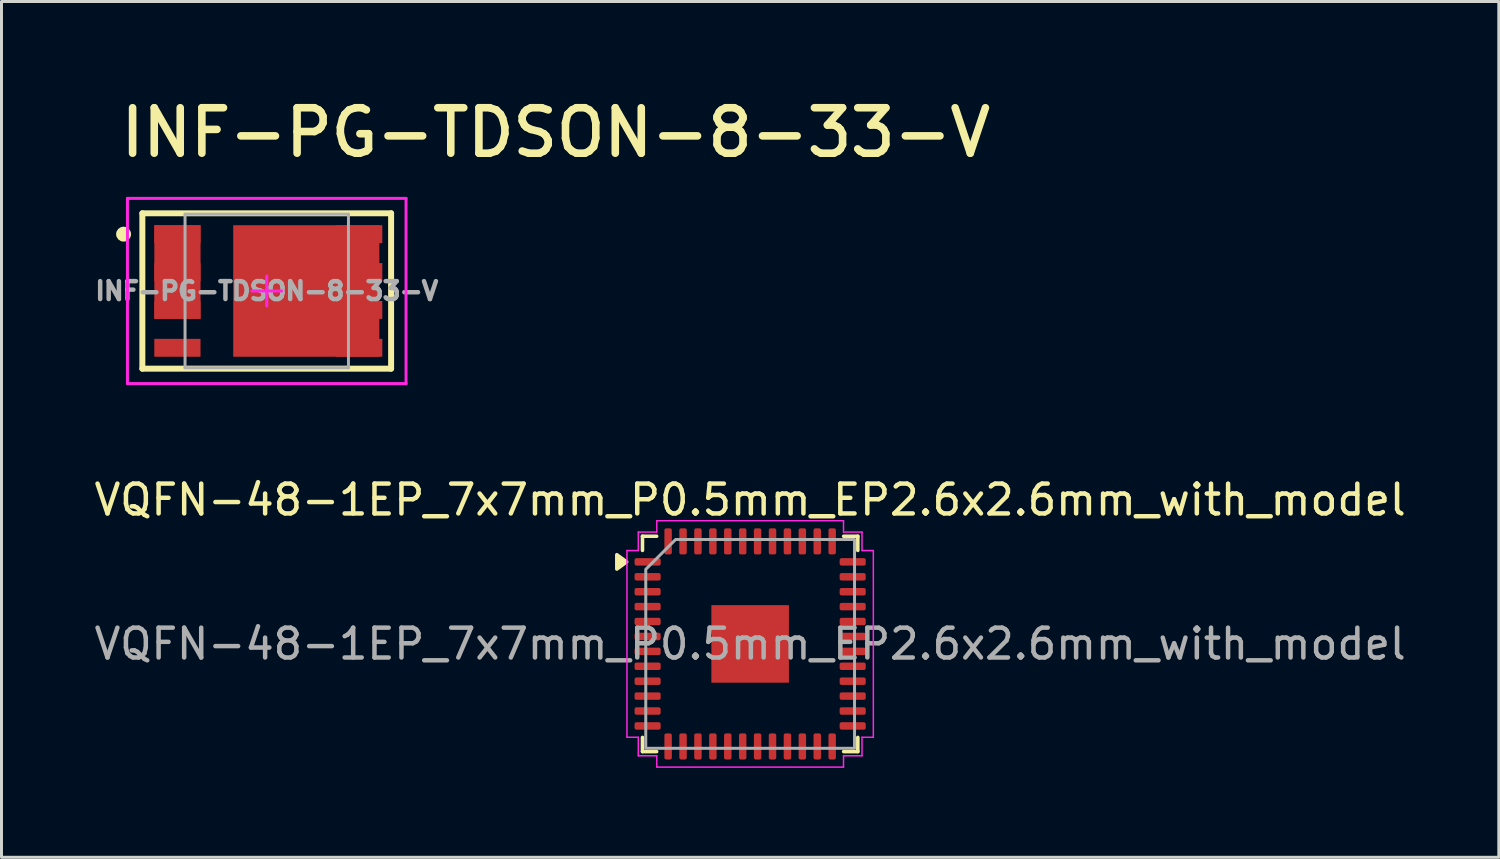
<source format=kicad_pcb>
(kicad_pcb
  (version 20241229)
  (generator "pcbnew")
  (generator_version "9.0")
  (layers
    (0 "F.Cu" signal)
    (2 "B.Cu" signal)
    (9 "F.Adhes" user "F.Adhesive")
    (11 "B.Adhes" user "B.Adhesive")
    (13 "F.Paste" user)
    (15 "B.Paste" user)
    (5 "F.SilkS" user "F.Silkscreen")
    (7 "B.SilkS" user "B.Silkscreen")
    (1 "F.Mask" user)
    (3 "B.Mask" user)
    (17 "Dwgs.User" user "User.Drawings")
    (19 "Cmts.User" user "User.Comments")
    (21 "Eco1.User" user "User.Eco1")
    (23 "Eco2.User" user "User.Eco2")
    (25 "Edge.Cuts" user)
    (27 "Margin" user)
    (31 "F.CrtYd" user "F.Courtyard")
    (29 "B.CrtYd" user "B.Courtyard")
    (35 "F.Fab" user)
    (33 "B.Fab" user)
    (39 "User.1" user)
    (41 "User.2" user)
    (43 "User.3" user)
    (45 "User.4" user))
  (footprint "VQFN-48-1EP_7x7mm_P0.5mm_EP2.6x2.6mm_with_model"
    (layer "F.Cu")
    (at 22.101 18.539)
    (property "Reference" "VQFN-48-1EP_7x7mm_P0.5mm_EP2.6x2.6mm_with_model" (at 0 -4.83 0) (layer "F.SilkS") (effects (font (size 1 1) (thickness 0.15))))
    (attr smd)
    (fp_line (start -3.61 -3.61) (end -3.135 -3.61) (stroke (width 0.12) (type solid)) (layer "F.SilkS"))
    (fp_line (start -3.61 -3.135) (end -3.61 -3.61) (stroke (width 0.12) (type solid)) (layer "F.SilkS"))
    (fp_line (start -3.61 3.61) (end -3.61 3.135) (stroke (width 0.12) (type solid)) (layer "F.SilkS"))
    (fp_line (start -3.135 3.61) (end -3.61 3.61) (stroke (width 0.12) (type solid)) (layer "F.SilkS"))
    (fp_line (start 3.135 -3.61) (end 3.61 -3.61) (stroke (width 0.12) (type solid)) (layer "F.SilkS"))
    (fp_line (start 3.61 -3.61) (end 3.61 -3.135) (stroke (width 0.12) (type solid)) (layer "F.SilkS"))
    (fp_line (start 3.61 3.135) (end 3.61 3.61) (stroke (width 0.12) (type solid)) (layer "F.SilkS"))
    (fp_line (start 3.61 3.61) (end 3.135 3.61) (stroke (width 0.12) (type solid)) (layer "F.SilkS"))
    (fp_poly (pts (xy -4.14 -2.75) (xy -4.47 -2.51) (xy -4.47 -2.99)) (stroke (width 0.12) (type solid)) (fill yes) (layer "F.SilkS"))
    (fp_line (start -4.13 -3.13) (end -3.75 -3.13) (stroke (width 0.05) (type solid)) (layer "F.CrtYd"))
    (fp_line (start -4.13 3.13) (end -4.13 -3.13) (stroke (width 0.05) (type solid)) (layer "F.CrtYd"))
    (fp_line (start -3.75 -3.75) (end -3.13 -3.75) (stroke (width 0.05) (type solid)) (layer "F.CrtYd"))
    (fp_line (start -3.75 -3.13) (end -3.75 -3.75) (stroke (width 0.05) (type solid)) (layer "F.CrtYd"))
    (fp_line (start -3.75 3.13) (end -4.13 3.13) (stroke (width 0.05) (type solid)) (layer "F.CrtYd"))
    (fp_line (start -3.75 3.75) (end -3.75 3.13) (stroke (width 0.05) (type solid)) (layer "F.CrtYd"))
    (fp_line (start -3.13 -4.13) (end 3.13 -4.13) (stroke (width 0.05) (type solid)) (layer "F.CrtYd"))
    (fp_line (start -3.13 -3.75) (end -3.13 -4.13) (stroke (width 0.05) (type solid)) (layer "F.CrtYd"))
    (fp_line (start -3.13 3.75) (end -3.75 3.75) (stroke (width 0.05) (type solid)) (layer "F.CrtYd"))
    (fp_line (start -3.13 4.13) (end -3.13 3.75) (stroke (width 0.05) (type solid)) (layer "F.CrtYd"))
    (fp_line (start 3.13 -4.13) (end 3.13 -3.75) (stroke (width 0.05) (type solid)) (layer "F.CrtYd"))
    (fp_line (start 3.13 -3.75) (end 3.75 -3.75) (stroke (width 0.05) (type solid)) (layer "F.CrtYd"))
    (fp_line (start 3.13 3.75) (end 3.13 4.13) (stroke (width 0.05) (type solid)) (layer "F.CrtYd"))
    (fp_line (start 3.13 4.13) (end -3.13 4.13) (stroke (width 0.05) (type solid)) (layer "F.CrtYd"))
    (fp_line (start 3.75 -3.75) (end 3.75 -3.13) (stroke (width 0.05) (type solid)) (layer "F.CrtYd"))
    (fp_line (start 3.75 -3.13) (end 4.13 -3.13) (stroke (width 0.05) (type solid)) (layer "F.CrtYd"))
    (fp_line (start 3.75 3.13) (end 3.75 3.75) (stroke (width 0.05) (type solid)) (layer "F.CrtYd"))
    (fp_line (start 3.75 3.75) (end 3.13 3.75) (stroke (width 0.05) (type solid)) (layer "F.CrtYd"))
    (fp_line (start 4.13 -3.13) (end 4.13 3.13) (stroke (width 0.05) (type solid)) (layer "F.CrtYd"))
    (fp_line (start 4.13 3.13) (end 3.75 3.13) (stroke (width 0.05) (type solid)) (layer "F.CrtYd"))
    (fp_poly (pts (xy -3.5 -2.5) (xy -3.5 3.5) (xy 3.5 3.5) (xy 3.5 -3.5) (xy -2.5 -3.5)) (stroke (width 0.1) (type solid)) (fill no) (layer "F.Fab"))
    (fp_text user "${REFERENCE}" (at 0 0 0) (layer "F.Fab") (effects (font (size 1 1) (thickness 0.15))))
    (pad "" smd roundrect (at -0.65 -0.65) (size 1.05 1.05) (layers "F.Paste") (roundrect_rratio 0.238))
    (pad "" smd roundrect (at -0.65 0.65) (size 1.05 1.05) (layers "F.Paste") (roundrect_rratio 0.238))
    (pad "" smd roundrect (at 0.65 -0.65) (size 1.05 1.05) (layers "F.Paste") (roundrect_rratio 0.238))
    (pad "" smd roundrect (at 0.65 0.65) (size 1.05 1.05) (layers "F.Paste") (roundrect_rratio 0.238))
    (pad "1" smd roundrect (at -3.438 -2.75) (size 0.875 0.25) (layers "F.Cu" "F.Mask" "F.Paste") (roundrect_rratio 0.25))
    (pad "2" smd roundrect (at -3.438 -2.25) (size 0.875 0.25) (layers "F.Cu" "F.Mask" "F.Paste") (roundrect_rratio 0.25))
    (pad "3" smd roundrect (at -3.438 -1.75) (size 0.875 0.25) (layers "F.Cu" "F.Mask" "F.Paste") (roundrect_rratio 0.25))
    (pad "4" smd roundrect (at -3.438 -1.25) (size 0.875 0.25) (layers "F.Cu" "F.Mask" "F.Paste") (roundrect_rratio 0.25))
    (pad "5" smd roundrect (at -3.438 -0.75) (size 0.875 0.25) (layers "F.Cu" "F.Mask" "F.Paste") (roundrect_rratio 0.25))
    (pad "6" smd roundrect (at -3.438 -0.25) (size 0.875 0.25) (layers "F.Cu" "F.Mask" "F.Paste") (roundrect_rratio 0.25))
    (pad "7" smd roundrect (at -3.438 0.25) (size 0.875 0.25) (layers "F.Cu" "F.Mask" "F.Paste") (roundrect_rratio 0.25))
    (pad "8" smd roundrect (at -3.438 0.75) (size 0.875 0.25) (layers "F.Cu" "F.Mask" "F.Paste") (roundrect_rratio 0.25))
    (pad "9" smd roundrect (at -3.438 1.25) (size 0.875 0.25) (layers "F.Cu" "F.Mask" "F.Paste") (roundrect_rratio 0.25))
    (pad "10" smd roundrect (at -3.438 1.75) (size 0.875 0.25) (layers "F.Cu" "F.Mask" "F.Paste") (roundrect_rratio 0.25))
    (pad "11" smd roundrect (at -3.438 2.25) (size 0.875 0.25) (layers "F.Cu" "F.Mask" "F.Paste") (roundrect_rratio 0.25))
    (pad "12" smd roundrect (at -3.438 2.75) (size 0.875 0.25) (layers "F.Cu" "F.Mask" "F.Paste") (roundrect_rratio 0.25))
    (pad "13" smd roundrect (at -2.75 3.438) (size 0.25 0.875) (layers "F.Cu" "F.Mask" "F.Paste") (roundrect_rratio 0.25))
    (pad "14" smd roundrect (at -2.25 3.438) (size 0.25 0.875) (layers "F.Cu" "F.Mask" "F.Paste") (roundrect_rratio 0.25))
    (pad "15" smd roundrect (at -1.75 3.438) (size 0.25 0.875) (layers "F.Cu" "F.Mask" "F.Paste") (roundrect_rratio 0.25))
    (pad "16" smd roundrect (at -1.25 3.438) (size 0.25 0.875) (layers "F.Cu" "F.Mask" "F.Paste") (roundrect_rratio 0.25))
    (pad "17" smd roundrect (at -0.75 3.438) (size 0.25 0.875) (layers "F.Cu" "F.Mask" "F.Paste") (roundrect_rratio 0.25))
    (pad "18" smd roundrect (at -0.25 3.438) (size 0.25 0.875) (layers "F.Cu" "F.Mask" "F.Paste") (roundrect_rratio 0.25))
    (pad "19" smd roundrect (at 0.25 3.438) (size 0.25 0.875) (layers "F.Cu" "F.Mask" "F.Paste") (roundrect_rratio 0.25))
    (pad "20" smd roundrect (at 0.75 3.438) (size 0.25 0.875) (layers "F.Cu" "F.Mask" "F.Paste") (roundrect_rratio 0.25))
    (pad "21" smd roundrect (at 1.25 3.438) (size 0.25 0.875) (layers "F.Cu" "F.Mask" "F.Paste") (roundrect_rratio 0.25))
    (pad "22" smd roundrect (at 1.75 3.438) (size 0.25 0.875) (layers "F.Cu" "F.Mask" "F.Paste") (roundrect_rratio 0.25))
    (pad "23" smd roundrect (at 2.25 3.438) (size 0.25 0.875) (layers "F.Cu" "F.Mask" "F.Paste") (roundrect_rratio 0.25))
    (pad "24" smd roundrect (at 2.75 3.438) (size 0.25 0.875) (layers "F.Cu" "F.Mask" "F.Paste") (roundrect_rratio 0.25))
    (pad "25" smd roundrect (at 3.438 2.75) (size 0.875 0.25) (layers "F.Cu" "F.Mask" "F.Paste") (roundrect_rratio 0.25))
    (pad "26" smd roundrect (at 3.438 2.25) (size 0.875 0.25) (layers "F.Cu" "F.Mask" "F.Paste") (roundrect_rratio 0.25))
    (pad "27" smd roundrect (at 3.438 1.75) (size 0.875 0.25) (layers "F.Cu" "F.Mask" "F.Paste") (roundrect_rratio 0.25))
    (pad "28" smd roundrect (at 3.438 1.25) (size 0.875 0.25) (layers "F.Cu" "F.Mask" "F.Paste") (roundrect_rratio 0.25))
    (pad "29" smd roundrect (at 3.438 0.75) (size 0.875 0.25) (layers "F.Cu" "F.Mask" "F.Paste") (roundrect_rratio 0.25))
    (pad "30" smd roundrect (at 3.438 0.25) (size 0.875 0.25) (layers "F.Cu" "F.Mask" "F.Paste") (roundrect_rratio 0.25))
    (pad "31" smd roundrect (at 3.438 -0.25) (size 0.875 0.25) (layers "F.Cu" "F.Mask" "F.Paste") (roundrect_rratio 0.25))
    (pad "32" smd roundrect (at 3.438 -0.75) (size 0.875 0.25) (layers "F.Cu" "F.Mask" "F.Paste") (roundrect_rratio 0.25))
    (pad "33" smd roundrect (at 3.438 -1.25) (size 0.875 0.25) (layers "F.Cu" "F.Mask" "F.Paste") (roundrect_rratio 0.25))
    (pad "34" smd roundrect (at 3.438 -1.75) (size 0.875 0.25) (layers "F.Cu" "F.Mask" "F.Paste") (roundrect_rratio 0.25))
    (pad "35" smd roundrect (at 3.438 -2.25) (size 0.875 0.25) (layers "F.Cu" "F.Mask" "F.Paste") (roundrect_rratio 0.25))
    (pad "36" smd roundrect (at 3.438 -2.75) (size 0.875 0.25) (layers "F.Cu" "F.Mask" "F.Paste") (roundrect_rratio 0.25))
    (pad "37" smd roundrect (at 2.75 -3.438) (size 0.25 0.875) (layers "F.Cu" "F.Mask" "F.Paste") (roundrect_rratio 0.25))
    (pad "38" smd roundrect (at 2.25 -3.438) (size 0.25 0.875) (layers "F.Cu" "F.Mask" "F.Paste") (roundrect_rratio 0.25))
    (pad "39" smd roundrect (at 1.75 -3.438) (size 0.25 0.875) (layers "F.Cu" "F.Mask" "F.Paste") (roundrect_rratio 0.25))
    (pad "40" smd roundrect (at 1.25 -3.438) (size 0.25 0.875) (layers "F.Cu" "F.Mask" "F.Paste") (roundrect_rratio 0.25))
    (pad "41" smd roundrect (at 0.75 -3.438) (size 0.25 0.875) (layers "F.Cu" "F.Mask" "F.Paste") (roundrect_rratio 0.25))
    (pad "42" smd roundrect (at 0.25 -3.438) (size 0.25 0.875) (layers "F.Cu" "F.Mask" "F.Paste") (roundrect_rratio 0.25))
    (pad "43" smd roundrect (at -0.25 -3.438) (size 0.25 0.875) (layers "F.Cu" "F.Mask" "F.Paste") (roundrect_rratio 0.25))
    (pad "44" smd roundrect (at -0.75 -3.438) (size 0.25 0.875) (layers "F.Cu" "F.Mask" "F.Paste") (roundrect_rratio 0.25))
    (pad "45" smd roundrect (at -1.25 -3.438) (size 0.25 0.875) (layers "F.Cu" "F.Mask" "F.Paste") (roundrect_rratio 0.25))
    (pad "46" smd roundrect (at -1.75 -3.438) (size 0.25 0.875) (layers "F.Cu" "F.Mask" "F.Paste") (roundrect_rratio 0.25))
    (pad "47" smd roundrect (at -2.25 -3.438) (size 0.25 0.875) (layers "F.Cu" "F.Mask" "F.Paste") (roundrect_rratio 0.25))
    (pad "48" smd roundrect (at -2.75 -3.438) (size 0.25 0.875) (layers "F.Cu" "F.Mask" "F.Paste") (roundrect_rratio 0.25))
    (pad "49" smd rect (at 0 0) (size 2.6 2.6) (property pad_prop_heatsink) (layers "F.Cu" "F.Mask")))
  (footprint "INF-PG-TDSON-8-33-V"
    (layer "F.Cu")
    (at 8.486 6.706)
    (property "Reference" "INF-PG-TDSON-8-33-V" (at -7.62 -4.42 0) (unlocked yes) (layer "F.SilkS") (effects (font (size 1.524 1.524) (thickness 0.254)) (justify left bottom)))
    (fp_poly (pts (xy 1.183 -2.205) (xy 1.183 2.205) (xy -3.717 2.205) (xy -3.717 -2.205)) (stroke (width 0) (type default)) (fill yes) (layer "F.Cu"))
    (fp_poly (pts (xy -4.812 -2.205) (xy -4.812 0.935) (xy -6.362 0.935) (xy -6.362 -2.205) (xy -5.588 -2.205)) (stroke (width 0) (type default)) (fill yes) (layer "F.Cu"))
    (fp_poly (pts (xy -5.428 -2.205) (xy -4.812 -2.205) (xy -4.813 0.935) (xy -5.428 0.935)) (stroke (width 0) (type default)) (fill yes) (layer "F.Mask"))
    (fp_poly (pts (xy -3.717 -2.205) (xy -0.168 -2.205) (xy -0.168 2.205) (xy -3.718 2.205)) (stroke (width 0) (type default)) (fill yes) (layer "F.Mask"))
    (fp_line (start -6.763 -2.605) (end 1.577 -2.605) (stroke (width 0.2) (type solid)) (layer "F.SilkS"))
    (fp_line (start -6.763 2.605) (end -6.763 -2.605) (stroke (width 0.2) (type solid)) (layer "F.SilkS"))
    (fp_line (start -6.763 2.605) (end 1.577 2.605) (stroke (width 0.2) (type solid)) (layer "F.SilkS"))
    (fp_line (start 1.577 2.605) (end 1.577 -2.605) (stroke (width 0.2) (type solid)) (layer "F.SilkS"))
    (fp_circle (center -7.393 -1.905) (end -7.393 -2.03) (stroke (width 0.25) (type solid)) (fill no) (layer "F.SilkS"))
    (fp_poly (pts (xy -5.562 -2.155) (xy -5.562 -1.655) (xy -6.312 -1.655) (xy -6.312 -2.155)) (stroke (width 0) (type default)) (fill yes) (layer "F.Paste"))
    (fp_poly (pts (xy -5.562 -0.885) (xy -5.562 -0.385) (xy -6.312 -0.385) (xy -6.312 -0.885)) (stroke (width 0) (type default)) (fill yes) (layer "F.Paste"))
    (fp_poly (pts (xy -5.562 0.385) (xy -5.562 0.885) (xy -6.312 0.885) (xy -6.312 0.385)) (stroke (width 0) (type default)) (fill yes) (layer "F.Paste"))
    (fp_poly (pts (xy -5.112 1.655) (xy -5.112 2.155) (xy -6.312 2.155) (xy -6.312 1.655)) (stroke (width 0) (type default)) (fill yes) (layer "F.Paste"))
    (fp_poly (pts (xy -4.912 -2.155) (xy -4.912 -1.305) (xy -5.362 -1.305) (xy -5.362 -2.155)) (stroke (width 0) (type default)) (fill yes) (layer "F.Paste"))
    (fp_poly (pts (xy -4.912 -1.059) (xy -4.912 -0.209) (xy -5.362 -0.209) (xy -5.362 -1.059)) (stroke (width 0) (type default)) (fill yes) (layer "F.Paste"))
    (fp_poly (pts (xy -4.912 0.037) (xy -4.912 0.887) (xy -5.362 0.887) (xy -5.362 0.037)) (stroke (width 0) (type default)) (fill yes) (layer "F.Paste"))
    (fp_poly (pts (xy -3.552 -0.1) (xy -3.552 -1.6) (xy -2.052 -1.6) (xy -2.052 -0.1)) (stroke (width 0) (type default)) (fill yes) (layer "F.Paste"))
    (fp_poly (pts (xy -3.552 1.6) (xy -3.552 0.1) (xy -2.052 0.1) (xy -2.052 1.6)) (stroke (width 0) (type default)) (fill yes) (layer "F.Paste"))
    (fp_poly (pts (xy -0.352 -1.6) (xy -0.352 -0.1) (xy -1.853 -0.1) (xy -1.853 -1.6)) (stroke (width 0) (type default)) (fill yes) (layer "F.Paste"))
    (fp_poly (pts (xy -0.352 1.6) (xy -1.853 1.6) (xy -1.853 0.1) (xy -0.352 0.1)) (stroke (width 0) (type default)) (fill yes) (layer "F.Paste"))
    (fp_poly (pts (xy 1.127 -2.155) (xy 1.127 -1.655) (xy -0.072 -1.655) (xy -0.072 -2.155)) (stroke (width 0) (type default)) (fill yes) (layer "F.Paste"))
    (fp_poly (pts (xy 1.127 -0.885) (xy 1.127 -0.385) (xy -0.072 -0.385) (xy -0.072 -0.885)) (stroke (width 0) (type default)) (fill yes) (layer "F.Paste"))
    (fp_poly (pts (xy 1.127 0.385) (xy 1.127 0.885) (xy -0.072 0.885) (xy -0.072 0.385)) (stroke (width 0) (type default)) (fill yes) (layer "F.Paste"))
    (fp_poly (pts (xy 1.127 1.655) (xy 1.127 2.155) (xy -0.072 2.155) (xy -0.072 1.655)) (stroke (width 0) (type default)) (fill yes) (layer "F.Paste"))
    (fp_line (start -7.263 -3.105) (end 2.078 -3.105) (stroke (width 0.1) (type solid)) (layer "F.CrtYd"))
    (fp_line (start -7.263 3.105) (end -7.263 -3.105) (stroke (width 0.1) (type solid)) (layer "F.CrtYd"))
    (fp_line (start -7.263 3.105) (end 2.078 3.105) (stroke (width 0.1) (type solid)) (layer "F.CrtYd"))
    (fp_line (start -3.092 0) (end -2.092 0) (stroke (width 0.1) (type solid)) (layer "F.CrtYd"))
    (fp_line (start -2.592 0.5) (end -2.592 -0.5) (stroke (width 0.1) (type solid)) (layer "F.CrtYd"))
    (fp_line (start 2.078 3.105) (end 2.078 -3.105) (stroke (width 0.1) (type solid)) (layer "F.CrtYd"))
    (fp_line (start -5.332 -2.575) (end 0.147 -2.575) (stroke (width 0.1) (type solid)) (layer "F.Fab"))
    (fp_line (start -5.332 2.575) (end -5.332 -2.575) (stroke (width 0.1) (type solid)) (layer "F.Fab"))
    (fp_line (start -5.332 2.575) (end 0.147 2.575) (stroke (width 0.1) (type solid)) (layer "F.Fab"))
    (fp_line (start 0.147 2.575) (end 0.147 -2.575) (stroke (width 0.1) (type solid)) (layer "F.Fab"))
    (fp_text user "${REFERENCE}" (at -2.592 -0.00001 0) (unlocked yes) (layer "F.Fab") (effects (font (size 0.6 0.6) (thickness 0.15))))
    (pad "1" smd rect (at -5.588 -1.905) (size 1.55 0.6) (layers "F.Cu" "F.Mask" "F.Paste"))
    (pad "2" smd rect (at -5.588 -0.635) (size 1.55 0.6) (layers "F.Cu" "F.Mask" "F.Paste"))
    (pad "3" smd rect (at -5.588 0.635) (size 1.55 0.6) (layers "F.Cu" "F.Mask" "F.Paste"))
    (pad "4" smd rect (at -5.588 1.905) (size 1.55 0.6) (layers "F.Cu" "F.Mask" "F.Paste"))
    (pad "5" smd rect (at 0.507 1.905) (size 1.55 0.6) (layers "F.Cu" "F.Mask" "F.Paste"))
    (pad "6" smd rect (at 0.507 0.635) (size 1.55 0.6) (layers "F.Cu" "F.Mask" "F.Paste"))
    (pad "7" smd rect (at 0.507 -0.635) (size 1.55 0.6) (layers "F.Cu" "F.Mask" "F.Paste"))
    (pad "8" smd rect (at 0.507 -1.905) (size 1.55 0.6) (layers "F.Cu" "F.Mask" "F.Paste")))
  (gr_rect
    (start -3 -3)
    (end 47.202 25.694)
    (stroke (width 0.1) (type default))
    (fill no)
    (layer "Edge.Cuts")))
</source>
